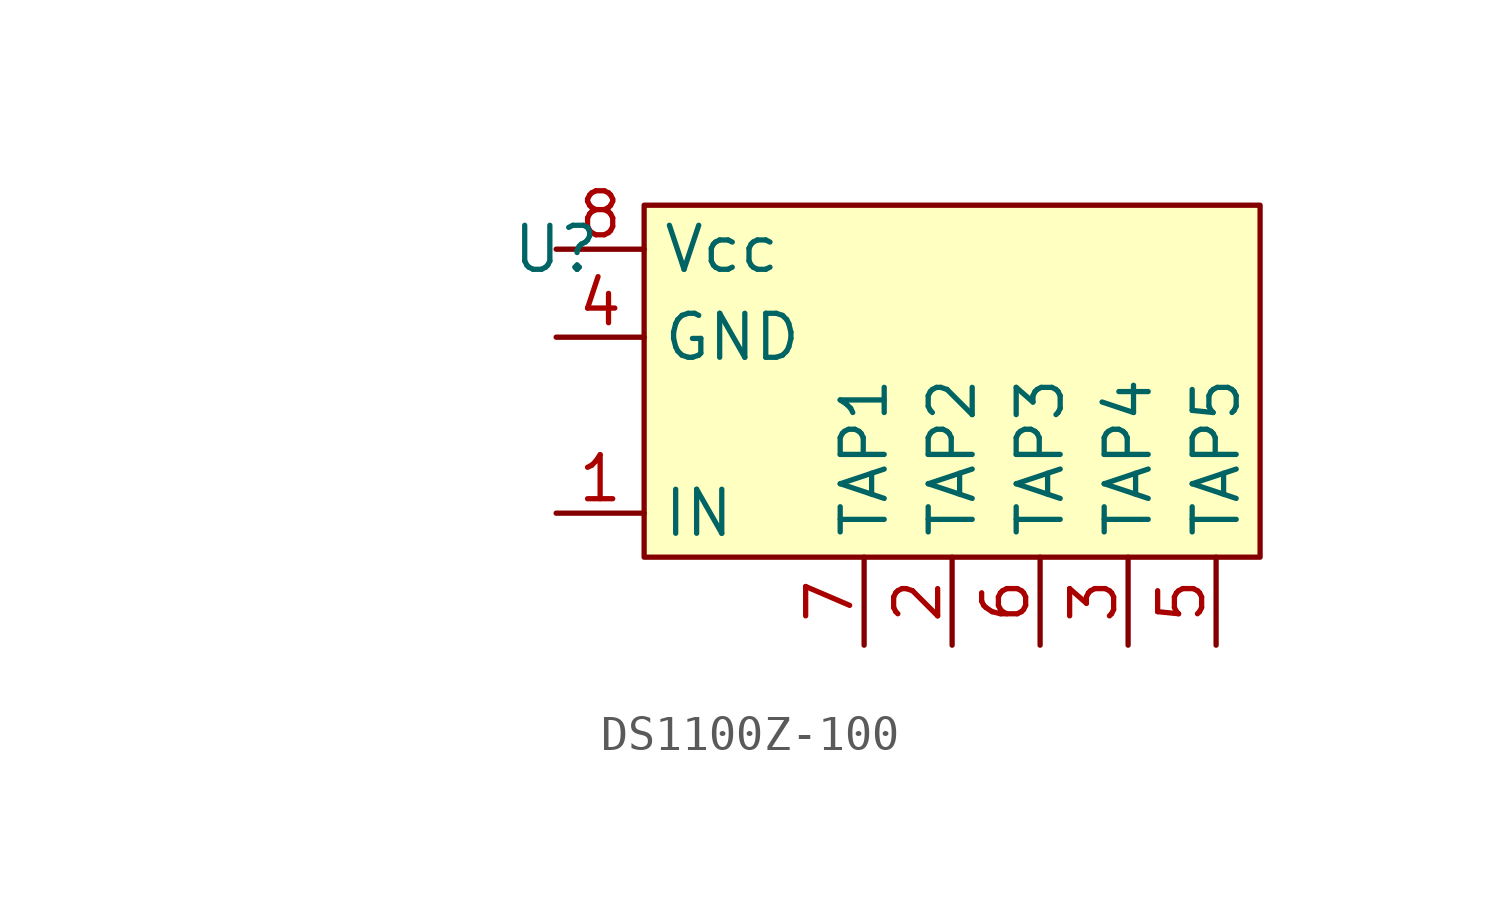
<source format=kicad_sym>
(kicad_symbol_lib
  (version 20220914)
  (generator kicad_symbol_editor)
  (symbol "DS1100Z-100"
    (property "Reference" "U"
      (at 0 0 0)
      (effects (font (size 1.27 1.27))))
    (property "Value" ""
      (at -8.89 1.27 0)
      (effects (font (size 1.27 1.27))))
    (symbol "DS1100Z-100_0_0"
      (pin input line (at 0 -7.62 0) (length 2.54) (name "IN" (effects (font (size 1.27 1.27)))) (number "1" (effects (font (size 1.27 1.27)))))
      (pin output line (at 11.43 -11.43 90) (length 2.54) (name "TAP2" (effects (font (size 1.27 1.27)))) (number "2" (effects (font (size 1.27 1.27)))))
      (pin output line (at 16.51 -11.43 90) (length 2.54) (name "TAP4" (effects (font (size 1.27 1.27)))) (number "3" (effects (font (size 1.27 1.27)))))
      (pin power_in line (at 0 -2.54 0) (length 2.54) (name "GND" (effects (font (size 1.27 1.27)))) (number "4" (effects (font (size 1.27 1.27)))))
      (pin output line (at 19.05 -11.43 90) (length 2.54) (name "TAP5" (effects (font (size 1.27 1.27)))) (number "5" (effects (font (size 1.27 1.27)))))
      (pin output line (at 13.97 -11.43 90) (length 2.54) (name "TAP3" (effects (font (size 1.27 1.27)))) (number "6" (effects (font (size 1.27 1.27)))))
      (pin output line (at 8.89 -11.43 90) (length 2.54) (name "TAP1" (effects (font (size 1.27 1.27)))) (number "7" (effects (font (size 1.27 1.27)))))
      (pin power_in line (at 0 0 0) (length 2.54) (name "Vcc" (effects (font (size 1.27 1.27)))) (number "8" (effects (font (size 1.27 1.27))))))
    (symbol "DS1100Z-100_1_1"
      (rectangle (start 2.54 1.27) (end 20.32 -8.89) (stroke (width 0) (type default)) (fill (type background))))))
</source>
